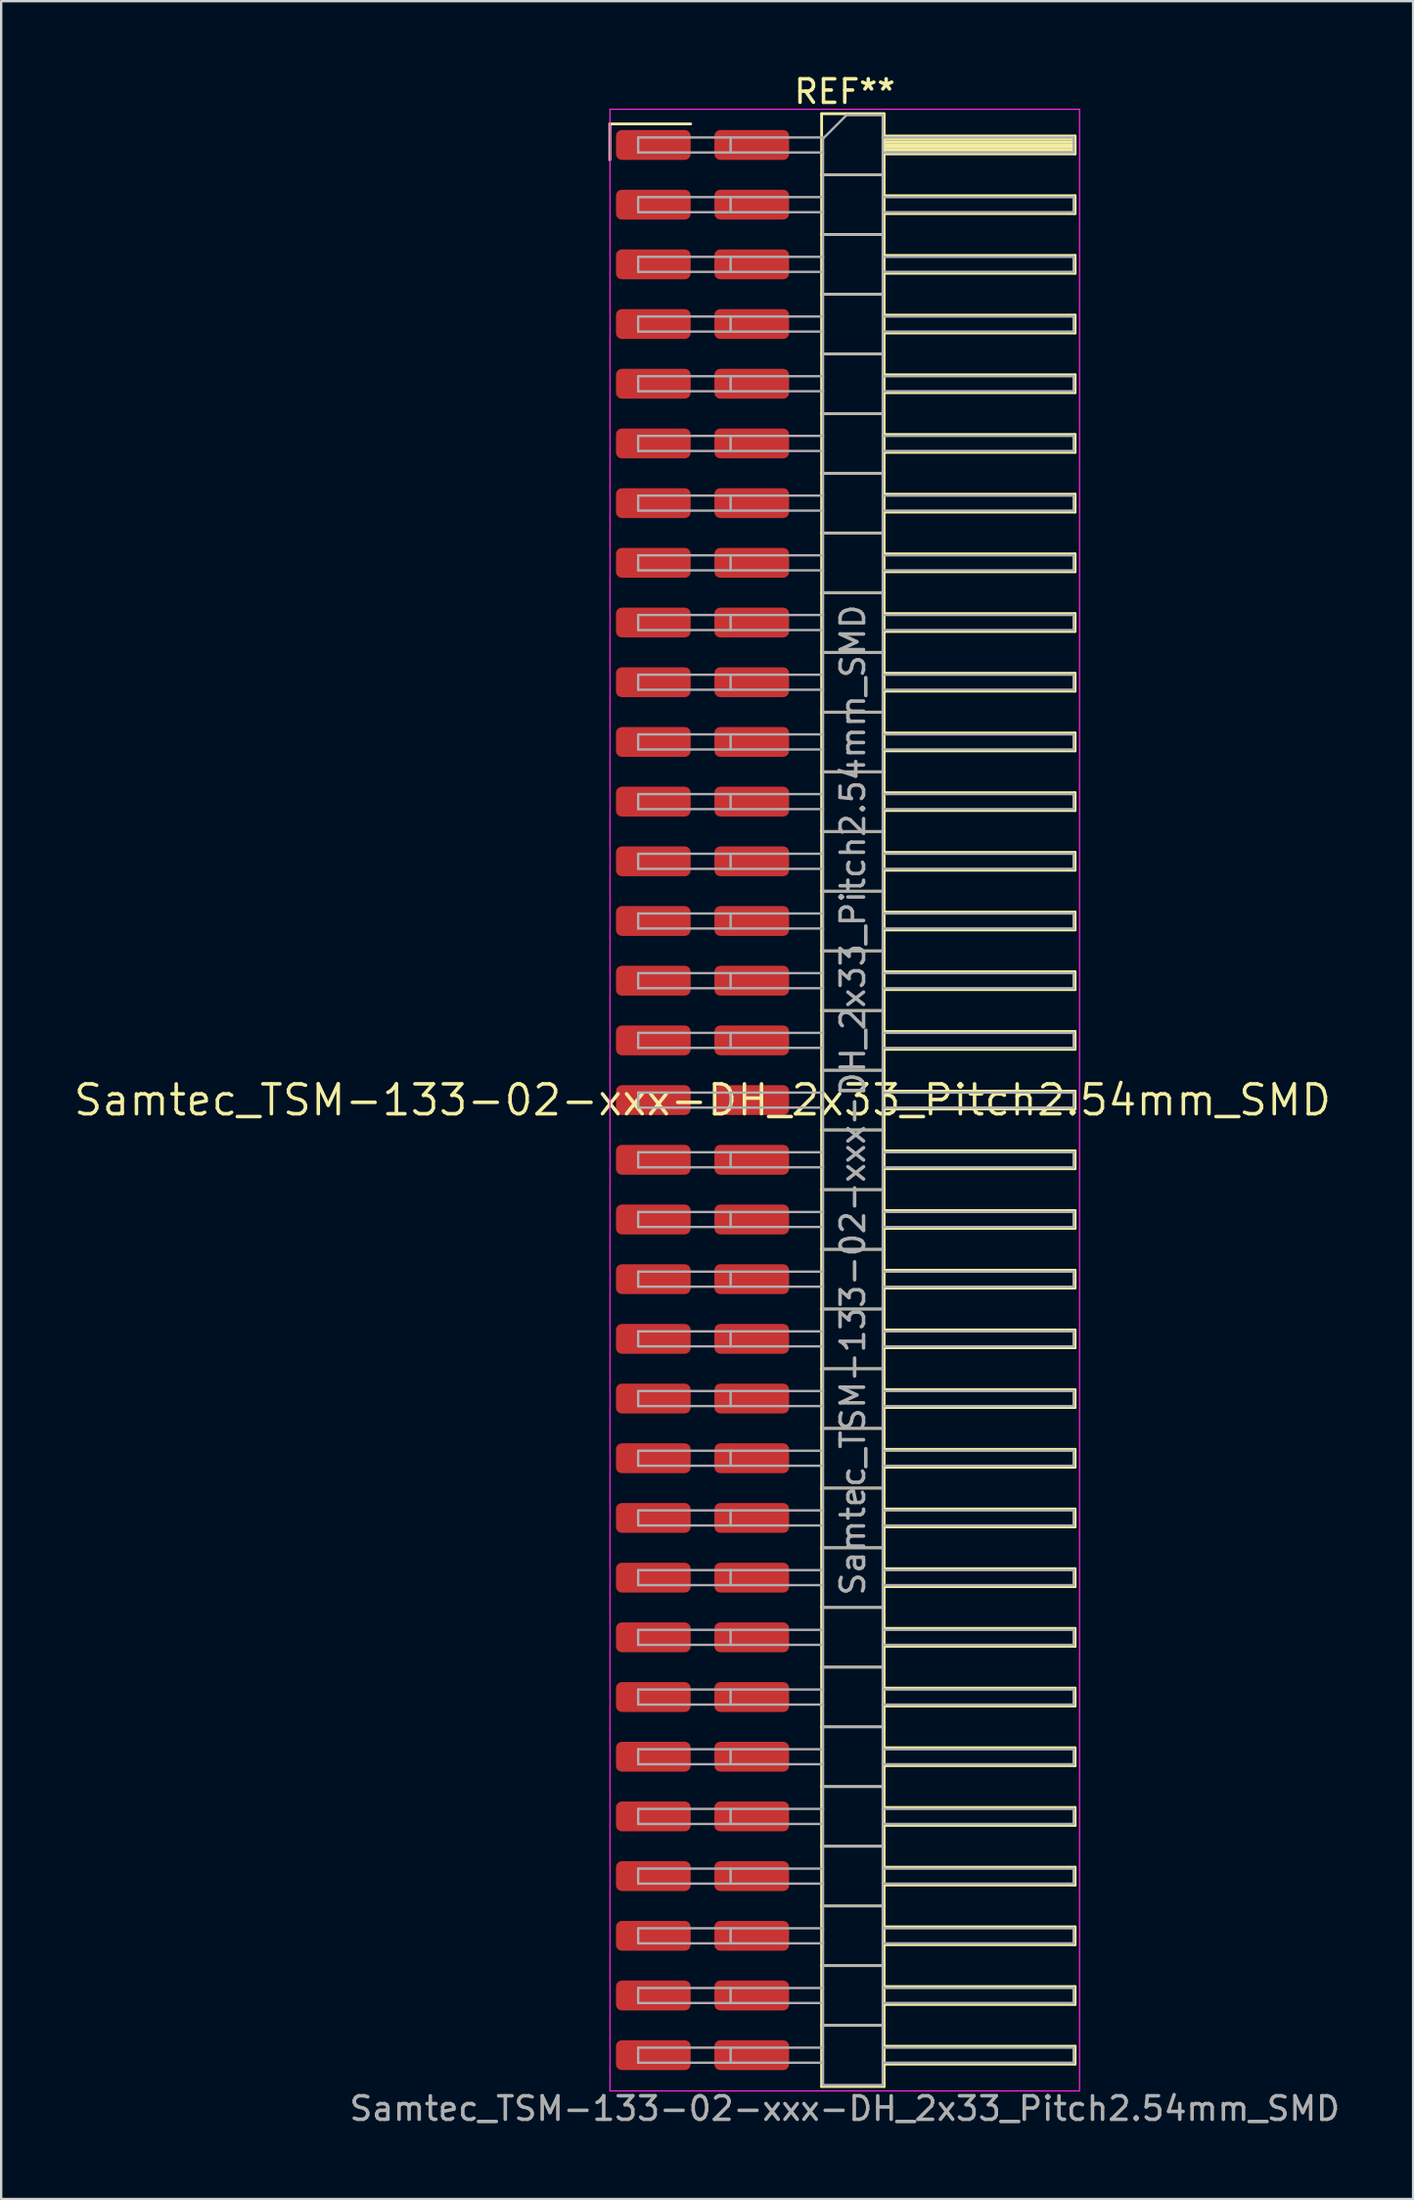
<source format=kicad_pcb>
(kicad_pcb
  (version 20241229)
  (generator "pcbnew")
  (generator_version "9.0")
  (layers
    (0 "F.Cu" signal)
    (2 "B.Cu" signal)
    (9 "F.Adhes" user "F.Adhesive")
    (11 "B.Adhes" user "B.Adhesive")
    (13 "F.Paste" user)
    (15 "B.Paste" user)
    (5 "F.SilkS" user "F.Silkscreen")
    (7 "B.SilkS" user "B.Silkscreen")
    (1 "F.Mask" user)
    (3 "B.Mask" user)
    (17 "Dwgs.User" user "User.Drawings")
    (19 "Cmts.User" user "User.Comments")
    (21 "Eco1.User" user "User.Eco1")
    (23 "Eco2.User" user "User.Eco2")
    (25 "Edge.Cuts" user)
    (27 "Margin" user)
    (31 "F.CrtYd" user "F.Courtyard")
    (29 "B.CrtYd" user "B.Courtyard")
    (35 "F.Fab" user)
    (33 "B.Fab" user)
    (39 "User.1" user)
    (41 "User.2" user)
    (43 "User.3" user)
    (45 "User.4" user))
  (footprint "Samtec_TSM-133-02-xxx-DH_2x33_Pitch2.54mm_SMD"
    (layer "F.Cu")
    (at 26.859 43.758)
    (property "Reference" "Samtec_TSM-133-02-xxx-DH_2x33_Pitch2.54mm_SMD" (at 0 0 0) (layer "F.SilkS") (effects (font (size 1.27 1.27) (thickness 0.15))))
    (attr smd)
    (fp_line (start -3.945 -41.535) (end -0.505 -41.535) (stroke (width 0.12) (type solid)) (layer "F.SilkS"))
    (fp_line (start -3.945 -40.005) (end -3.945 -41.535) (stroke (width 0.12) (type solid)) (layer "F.SilkS"))
    (fp_line (start 5.07 -41.97) (end 7.73 -41.97) (stroke (width 0.12) (type solid)) (layer "F.SilkS"))
    (fp_line (start 5.07 -39.37) (end 7.73 -39.37) (stroke (width 0.12) (type solid)) (layer "F.SilkS"))
    (fp_line (start 5.07 -36.83) (end 7.73 -36.83) (stroke (width 0.12) (type solid)) (layer "F.SilkS"))
    (fp_line (start 5.07 -34.29) (end 7.73 -34.29) (stroke (width 0.12) (type solid)) (layer "F.SilkS"))
    (fp_line (start 5.07 -31.75) (end 7.73 -31.75) (stroke (width 0.12) (type solid)) (layer "F.SilkS"))
    (fp_line (start 5.07 -29.21) (end 7.73 -29.21) (stroke (width 0.12) (type solid)) (layer "F.SilkS"))
    (fp_line (start 5.07 -26.67) (end 7.73 -26.67) (stroke (width 0.12) (type solid)) (layer "F.SilkS"))
    (fp_line (start 5.07 -24.13) (end 7.73 -24.13) (stroke (width 0.12) (type solid)) (layer "F.SilkS"))
    (fp_line (start 5.07 -21.59) (end 7.73 -21.59) (stroke (width 0.12) (type solid)) (layer "F.SilkS"))
    (fp_line (start 5.07 -19.05) (end 7.73 -19.05) (stroke (width 0.12) (type solid)) (layer "F.SilkS"))
    (fp_line (start 5.07 -16.51) (end 7.73 -16.51) (stroke (width 0.12) (type solid)) (layer "F.SilkS"))
    (fp_line (start 5.07 -13.97) (end 7.73 -13.97) (stroke (width 0.12) (type solid)) (layer "F.SilkS"))
    (fp_line (start 5.07 -11.43) (end 7.73 -11.43) (stroke (width 0.12) (type solid)) (layer "F.SilkS"))
    (fp_line (start 5.07 -8.89) (end 7.73 -8.89) (stroke (width 0.12) (type solid)) (layer "F.SilkS"))
    (fp_line (start 5.07 -6.35) (end 7.73 -6.35) (stroke (width 0.12) (type solid)) (layer "F.SilkS"))
    (fp_line (start 5.07 -3.81) (end 7.73 -3.81) (stroke (width 0.12) (type solid)) (layer "F.SilkS"))
    (fp_line (start 5.07 -1.27) (end 7.73 -1.27) (stroke (width 0.12) (type solid)) (layer "F.SilkS"))
    (fp_line (start 5.07 1.27) (end 7.73 1.27) (stroke (width 0.12) (type solid)) (layer "F.SilkS"))
    (fp_line (start 5.07 3.81) (end 7.73 3.81) (stroke (width 0.12) (type solid)) (layer "F.SilkS"))
    (fp_line (start 5.07 6.35) (end 7.73 6.35) (stroke (width 0.12) (type solid)) (layer "F.SilkS"))
    (fp_line (start 5.07 8.89) (end 7.73 8.89) (stroke (width 0.12) (type solid)) (layer "F.SilkS"))
    (fp_line (start 5.07 11.43) (end 7.73 11.43) (stroke (width 0.12) (type solid)) (layer "F.SilkS"))
    (fp_line (start 5.07 13.97) (end 7.73 13.97) (stroke (width 0.12) (type solid)) (layer "F.SilkS"))
    (fp_line (start 5.07 16.51) (end 7.73 16.51) (stroke (width 0.12) (type solid)) (layer "F.SilkS"))
    (fp_line (start 5.07 19.05) (end 7.73 19.05) (stroke (width 0.12) (type solid)) (layer "F.SilkS"))
    (fp_line (start 5.07 21.59) (end 7.73 21.59) (stroke (width 0.12) (type solid)) (layer "F.SilkS"))
    (fp_line (start 5.07 24.13) (end 7.73 24.13) (stroke (width 0.12) (type solid)) (layer "F.SilkS"))
    (fp_line (start 5.07 26.67) (end 7.73 26.67) (stroke (width 0.12) (type solid)) (layer "F.SilkS"))
    (fp_line (start 5.07 29.21) (end 7.73 29.21) (stroke (width 0.12) (type solid)) (layer "F.SilkS"))
    (fp_line (start 5.07 31.75) (end 7.73 31.75) (stroke (width 0.12) (type solid)) (layer "F.SilkS"))
    (fp_line (start 5.07 34.29) (end 7.73 34.29) (stroke (width 0.12) (type solid)) (layer "F.SilkS"))
    (fp_line (start 5.07 36.83) (end 7.73 36.83) (stroke (width 0.12) (type solid)) (layer "F.SilkS"))
    (fp_line (start 5.07 39.37) (end 7.73 39.37) (stroke (width 0.12) (type solid)) (layer "F.SilkS"))
    (fp_line (start 5.07 41.97) (end 5.07 -41.97) (stroke (width 0.12) (type solid)) (layer "F.SilkS"))
    (fp_line (start 7.73 -41.97) (end 7.73 41.97) (stroke (width 0.12) (type solid)) (layer "F.SilkS"))
    (fp_line (start 7.73 -41.02) (end 15.86 -41.02) (stroke (width 0.12) (type solid)) (layer "F.SilkS"))
    (fp_line (start 7.73 -40.9) (end 15.86 -40.9) (stroke (width 0.12) (type solid)) (layer "F.SilkS"))
    (fp_line (start 7.73 -40.78) (end 15.86 -40.78) (stroke (width 0.12) (type solid)) (layer "F.SilkS"))
    (fp_line (start 7.73 -40.66) (end 15.86 -40.66) (stroke (width 0.12) (type solid)) (layer "F.SilkS"))
    (fp_line (start 7.73 -40.54) (end 15.86 -40.54) (stroke (width 0.12) (type solid)) (layer "F.SilkS"))
    (fp_line (start 7.73 -40.42) (end 15.86 -40.42) (stroke (width 0.12) (type solid)) (layer "F.SilkS"))
    (fp_line (start 7.73 -40.3) (end 15.86 -40.3) (stroke (width 0.12) (type solid)) (layer "F.SilkS"))
    (fp_line (start 7.73 -40.26) (end 15.86 -40.26) (stroke (width 0.12) (type solid)) (layer "F.SilkS"))
    (fp_line (start 7.73 -38.48) (end 15.86 -38.48) (stroke (width 0.12) (type solid)) (layer "F.SilkS"))
    (fp_line (start 7.73 -37.72) (end 15.86 -37.72) (stroke (width 0.12) (type solid)) (layer "F.SilkS"))
    (fp_line (start 7.73 -35.94) (end 15.86 -35.94) (stroke (width 0.12) (type solid)) (layer "F.SilkS"))
    (fp_line (start 7.73 -35.18) (end 15.86 -35.18) (stroke (width 0.12) (type solid)) (layer "F.SilkS"))
    (fp_line (start 7.73 -33.4) (end 15.86 -33.4) (stroke (width 0.12) (type solid)) (layer "F.SilkS"))
    (fp_line (start 7.73 -32.64) (end 15.86 -32.64) (stroke (width 0.12) (type solid)) (layer "F.SilkS"))
    (fp_line (start 7.73 -30.86) (end 15.86 -30.86) (stroke (width 0.12) (type solid)) (layer "F.SilkS"))
    (fp_line (start 7.73 -30.1) (end 15.86 -30.1) (stroke (width 0.12) (type solid)) (layer "F.SilkS"))
    (fp_line (start 7.73 -28.32) (end 15.86 -28.32) (stroke (width 0.12) (type solid)) (layer "F.SilkS"))
    (fp_line (start 7.73 -27.56) (end 15.86 -27.56) (stroke (width 0.12) (type solid)) (layer "F.SilkS"))
    (fp_line (start 7.73 -25.78) (end 15.86 -25.78) (stroke (width 0.12) (type solid)) (layer "F.SilkS"))
    (fp_line (start 7.73 -25.02) (end 15.86 -25.02) (stroke (width 0.12) (type solid)) (layer "F.SilkS"))
    (fp_line (start 7.73 -23.24) (end 15.86 -23.24) (stroke (width 0.12) (type solid)) (layer "F.SilkS"))
    (fp_line (start 7.73 -22.48) (end 15.86 -22.48) (stroke (width 0.12) (type solid)) (layer "F.SilkS"))
    (fp_line (start 7.73 -20.7) (end 15.86 -20.7) (stroke (width 0.12) (type solid)) (layer "F.SilkS"))
    (fp_line (start 7.73 -19.94) (end 15.86 -19.94) (stroke (width 0.12) (type solid)) (layer "F.SilkS"))
    (fp_line (start 7.73 -18.16) (end 15.86 -18.16) (stroke (width 0.12) (type solid)) (layer "F.SilkS"))
    (fp_line (start 7.73 -17.4) (end 15.86 -17.4) (stroke (width 0.12) (type solid)) (layer "F.SilkS"))
    (fp_line (start 7.73 -15.62) (end 15.86 -15.62) (stroke (width 0.12) (type solid)) (layer "F.SilkS"))
    (fp_line (start 7.73 -14.86) (end 15.86 -14.86) (stroke (width 0.12) (type solid)) (layer "F.SilkS"))
    (fp_line (start 7.73 -13.08) (end 15.86 -13.08) (stroke (width 0.12) (type solid)) (layer "F.SilkS"))
    (fp_line (start 7.73 -12.32) (end 15.86 -12.32) (stroke (width 0.12) (type solid)) (layer "F.SilkS"))
    (fp_line (start 7.73 -10.54) (end 15.86 -10.54) (stroke (width 0.12) (type solid)) (layer "F.SilkS"))
    (fp_line (start 7.73 -9.78) (end 15.86 -9.78) (stroke (width 0.12) (type solid)) (layer "F.SilkS"))
    (fp_line (start 7.73 -8) (end 15.86 -8) (stroke (width 0.12) (type solid)) (layer "F.SilkS"))
    (fp_line (start 7.73 -7.24) (end 15.86 -7.24) (stroke (width 0.12) (type solid)) (layer "F.SilkS"))
    (fp_line (start 7.73 -5.46) (end 15.86 -5.46) (stroke (width 0.12) (type solid)) (layer "F.SilkS"))
    (fp_line (start 7.73 -4.7) (end 15.86 -4.7) (stroke (width 0.12) (type solid)) (layer "F.SilkS"))
    (fp_line (start 7.73 -2.92) (end 15.86 -2.92) (stroke (width 0.12) (type solid)) (layer "F.SilkS"))
    (fp_line (start 7.73 -2.16) (end 15.86 -2.16) (stroke (width 0.12) (type solid)) (layer "F.SilkS"))
    (fp_line (start 7.73 -0.38) (end 15.86 -0.38) (stroke (width 0.12) (type solid)) (layer "F.SilkS"))
    (fp_line (start 7.73 0.38) (end 15.86 0.38) (stroke (width 0.12) (type solid)) (layer "F.SilkS"))
    (fp_line (start 7.73 2.16) (end 15.86 2.16) (stroke (width 0.12) (type solid)) (layer "F.SilkS"))
    (fp_line (start 7.73 2.92) (end 15.86 2.92) (stroke (width 0.12) (type solid)) (layer "F.SilkS"))
    (fp_line (start 7.73 4.7) (end 15.86 4.7) (stroke (width 0.12) (type solid)) (layer "F.SilkS"))
    (fp_line (start 7.73 5.46) (end 15.86 5.46) (stroke (width 0.12) (type solid)) (layer "F.SilkS"))
    (fp_line (start 7.73 7.24) (end 15.86 7.24) (stroke (width 0.12) (type solid)) (layer "F.SilkS"))
    (fp_line (start 7.73 8) (end 15.86 8) (stroke (width 0.12) (type solid)) (layer "F.SilkS"))
    (fp_line (start 7.73 9.78) (end 15.86 9.78) (stroke (width 0.12) (type solid)) (layer "F.SilkS"))
    (fp_line (start 7.73 10.54) (end 15.86 10.54) (stroke (width 0.12) (type solid)) (layer "F.SilkS"))
    (fp_line (start 7.73 12.32) (end 15.86 12.32) (stroke (width 0.12) (type solid)) (layer "F.SilkS"))
    (fp_line (start 7.73 13.08) (end 15.86 13.08) (stroke (width 0.12) (type solid)) (layer "F.SilkS"))
    (fp_line (start 7.73 14.86) (end 15.86 14.86) (stroke (width 0.12) (type solid)) (layer "F.SilkS"))
    (fp_line (start 7.73 15.62) (end 15.86 15.62) (stroke (width 0.12) (type solid)) (layer "F.SilkS"))
    (fp_line (start 7.73 17.4) (end 15.86 17.4) (stroke (width 0.12) (type solid)) (layer "F.SilkS"))
    (fp_line (start 7.73 18.16) (end 15.86 18.16) (stroke (width 0.12) (type solid)) (layer "F.SilkS"))
    (fp_line (start 7.73 19.94) (end 15.86 19.94) (stroke (width 0.12) (type solid)) (layer "F.SilkS"))
    (fp_line (start 7.73 20.7) (end 15.86 20.7) (stroke (width 0.12) (type solid)) (layer "F.SilkS"))
    (fp_line (start 7.73 22.48) (end 15.86 22.48) (stroke (width 0.12) (type solid)) (layer "F.SilkS"))
    (fp_line (start 7.73 23.24) (end 15.86 23.24) (stroke (width 0.12) (type solid)) (layer "F.SilkS"))
    (fp_line (start 7.73 25.02) (end 15.86 25.02) (stroke (width 0.12) (type solid)) (layer "F.SilkS"))
    (fp_line (start 7.73 25.78) (end 15.86 25.78) (stroke (width 0.12) (type solid)) (layer "F.SilkS"))
    (fp_line (start 7.73 27.56) (end 15.86 27.56) (stroke (width 0.12) (type solid)) (layer "F.SilkS"))
    (fp_line (start 7.73 28.32) (end 15.86 28.32) (stroke (width 0.12) (type solid)) (layer "F.SilkS"))
    (fp_line (start 7.73 30.1) (end 15.86 30.1) (stroke (width 0.12) (type solid)) (layer "F.SilkS"))
    (fp_line (start 7.73 30.86) (end 15.86 30.86) (stroke (width 0.12) (type solid)) (layer "F.SilkS"))
    (fp_line (start 7.73 32.64) (end 15.86 32.64) (stroke (width 0.12) (type solid)) (layer "F.SilkS"))
    (fp_line (start 7.73 33.4) (end 15.86 33.4) (stroke (width 0.12) (type solid)) (layer "F.SilkS"))
    (fp_line (start 7.73 35.18) (end 15.86 35.18) (stroke (width 0.12) (type solid)) (layer "F.SilkS"))
    (fp_line (start 7.73 35.94) (end 15.86 35.94) (stroke (width 0.12) (type solid)) (layer "F.SilkS"))
    (fp_line (start 7.73 37.72) (end 15.86 37.72) (stroke (width 0.12) (type solid)) (layer "F.SilkS"))
    (fp_line (start 7.73 38.48) (end 15.86 38.48) (stroke (width 0.12) (type solid)) (layer "F.SilkS"))
    (fp_line (start 7.73 40.26) (end 15.86 40.26) (stroke (width 0.12) (type solid)) (layer "F.SilkS"))
    (fp_line (start 7.73 41.02) (end 15.86 41.02) (stroke (width 0.12) (type solid)) (layer "F.SilkS"))
    (fp_line (start 7.73 41.97) (end 5.07 41.97) (stroke (width 0.12) (type solid)) (layer "F.SilkS"))
    (fp_line (start 15.86 -41.02) (end 15.86 -40.26) (stroke (width 0.12) (type solid)) (layer "F.SilkS"))
    (fp_line (start 15.86 -38.48) (end 15.86 -37.72) (stroke (width 0.12) (type solid)) (layer "F.SilkS"))
    (fp_line (start 15.86 -35.94) (end 15.86 -35.18) (stroke (width 0.12) (type solid)) (layer "F.SilkS"))
    (fp_line (start 15.86 -33.4) (end 15.86 -32.64) (stroke (width 0.12) (type solid)) (layer "F.SilkS"))
    (fp_line (start 15.86 -30.86) (end 15.86 -30.1) (stroke (width 0.12) (type solid)) (layer "F.SilkS"))
    (fp_line (start 15.86 -28.32) (end 15.86 -27.56) (stroke (width 0.12) (type solid)) (layer "F.SilkS"))
    (fp_line (start 15.86 -25.78) (end 15.86 -25.02) (stroke (width 0.12) (type solid)) (layer "F.SilkS"))
    (fp_line (start 15.86 -23.24) (end 15.86 -22.48) (stroke (width 0.12) (type solid)) (layer "F.SilkS"))
    (fp_line (start 15.86 -20.7) (end 15.86 -19.94) (stroke (width 0.12) (type solid)) (layer "F.SilkS"))
    (fp_line (start 15.86 -18.16) (end 15.86 -17.4) (stroke (width 0.12) (type solid)) (layer "F.SilkS"))
    (fp_line (start 15.86 -15.62) (end 15.86 -14.86) (stroke (width 0.12) (type solid)) (layer "F.SilkS"))
    (fp_line (start 15.86 -13.08) (end 15.86 -12.32) (stroke (width 0.12) (type solid)) (layer "F.SilkS"))
    (fp_line (start 15.86 -10.54) (end 15.86 -9.78) (stroke (width 0.12) (type solid)) (layer "F.SilkS"))
    (fp_line (start 15.86 -8) (end 15.86 -7.24) (stroke (width 0.12) (type solid)) (layer "F.SilkS"))
    (fp_line (start 15.86 -5.46) (end 15.86 -4.7) (stroke (width 0.12) (type solid)) (layer "F.SilkS"))
    (fp_line (start 15.86 -2.92) (end 15.86 -2.16) (stroke (width 0.12) (type solid)) (layer "F.SilkS"))
    (fp_line (start 15.86 -0.38) (end 15.86 0.38) (stroke (width 0.12) (type solid)) (layer "F.SilkS"))
    (fp_line (start 15.86 2.16) (end 15.86 2.92) (stroke (width 0.12) (type solid)) (layer "F.SilkS"))
    (fp_line (start 15.86 4.7) (end 15.86 5.46) (stroke (width 0.12) (type solid)) (layer "F.SilkS"))
    (fp_line (start 15.86 7.24) (end 15.86 8) (stroke (width 0.12) (type solid)) (layer "F.SilkS"))
    (fp_line (start 15.86 9.78) (end 15.86 10.54) (stroke (width 0.12) (type solid)) (layer "F.SilkS"))
    (fp_line (start 15.86 12.32) (end 15.86 13.08) (stroke (width 0.12) (type solid)) (layer "F.SilkS"))
    (fp_line (start 15.86 14.86) (end 15.86 15.62) (stroke (width 0.12) (type solid)) (layer "F.SilkS"))
    (fp_line (start 15.86 17.4) (end 15.86 18.16) (stroke (width 0.12) (type solid)) (layer "F.SilkS"))
    (fp_line (start 15.86 19.94) (end 15.86 20.7) (stroke (width 0.12) (type solid)) (layer "F.SilkS"))
    (fp_line (start 15.86 22.48) (end 15.86 23.24) (stroke (width 0.12) (type solid)) (layer "F.SilkS"))
    (fp_line (start 15.86 25.02) (end 15.86 25.78) (stroke (width 0.12) (type solid)) (layer "F.SilkS"))
    (fp_line (start 15.86 27.56) (end 15.86 28.32) (stroke (width 0.12) (type solid)) (layer "F.SilkS"))
    (fp_line (start 15.86 30.1) (end 15.86 30.86) (stroke (width 0.12) (type solid)) (layer "F.SilkS"))
    (fp_line (start 15.86 32.64) (end 15.86 33.4) (stroke (width 0.12) (type solid)) (layer "F.SilkS"))
    (fp_line (start 15.86 35.18) (end 15.86 35.94) (stroke (width 0.12) (type solid)) (layer "F.SilkS"))
    (fp_line (start 15.86 37.72) (end 15.86 38.48) (stroke (width 0.12) (type solid)) (layer "F.SilkS"))
    (fp_line (start 15.86 40.26) (end 15.86 41.02) (stroke (width 0.12) (type solid)) (layer "F.SilkS"))
    (fp_line (start -3.94 -42.16) (end 16.05 -42.16) (stroke (width 0.05) (type solid)) (layer "F.CrtYd"))
    (fp_line (start -3.94 42.16) (end -3.94 -42.16) (stroke (width 0.05) (type solid)) (layer "F.CrtYd"))
    (fp_line (start 16.05 -42.16) (end 16.05 42.16) (stroke (width 0.05) (type solid)) (layer "F.CrtYd"))
    (fp_line (start 16.05 42.16) (end -3.94 42.16) (stroke (width 0.05) (type solid)) (layer "F.CrtYd"))
    (fp_line (start -2.74 -40.96) (end -2.74 -40.32) (stroke (width 0.1) (type solid)) (layer "F.Fab"))
    (fp_line (start -2.74 -40.96) (end 5.13 -40.96) (stroke (width 0.1) (type solid)) (layer "F.Fab"))
    (fp_line (start -2.74 -40.32) (end 5.13 -40.32) (stroke (width 0.1) (type solid)) (layer "F.Fab"))
    (fp_line (start -2.74 -38.42) (end -2.74 -37.78) (stroke (width 0.1) (type solid)) (layer "F.Fab"))
    (fp_line (start -2.74 -38.42) (end 5.13 -38.42) (stroke (width 0.1) (type solid)) (layer "F.Fab"))
    (fp_line (start -2.74 -37.78) (end 5.13 -37.78) (stroke (width 0.1) (type solid)) (layer "F.Fab"))
    (fp_line (start -2.74 -35.88) (end -2.74 -35.24) (stroke (width 0.1) (type solid)) (layer "F.Fab"))
    (fp_line (start -2.74 -35.88) (end 5.13 -35.88) (stroke (width 0.1) (type solid)) (layer "F.Fab"))
    (fp_line (start -2.74 -35.24) (end 5.13 -35.24) (stroke (width 0.1) (type solid)) (layer "F.Fab"))
    (fp_line (start -2.74 -33.34) (end -2.74 -32.7) (stroke (width 0.1) (type solid)) (layer "F.Fab"))
    (fp_line (start -2.74 -33.34) (end 5.13 -33.34) (stroke (width 0.1) (type solid)) (layer "F.Fab"))
    (fp_line (start -2.74 -32.7) (end 5.13 -32.7) (stroke (width 0.1) (type solid)) (layer "F.Fab"))
    (fp_line (start -2.74 -30.8) (end -2.74 -30.16) (stroke (width 0.1) (type solid)) (layer "F.Fab"))
    (fp_line (start -2.74 -30.8) (end 5.13 -30.8) (stroke (width 0.1) (type solid)) (layer "F.Fab"))
    (fp_line (start -2.74 -30.16) (end 5.13 -30.16) (stroke (width 0.1) (type solid)) (layer "F.Fab"))
    (fp_line (start -2.74 -28.26) (end -2.74 -27.62) (stroke (width 0.1) (type solid)) (layer "F.Fab"))
    (fp_line (start -2.74 -28.26) (end 5.13 -28.26) (stroke (width 0.1) (type solid)) (layer "F.Fab"))
    (fp_line (start -2.74 -27.62) (end 5.13 -27.62) (stroke (width 0.1) (type solid)) (layer "F.Fab"))
    (fp_line (start -2.74 -25.72) (end -2.74 -25.08) (stroke (width 0.1) (type solid)) (layer "F.Fab"))
    (fp_line (start -2.74 -25.72) (end 5.13 -25.72) (stroke (width 0.1) (type solid)) (layer "F.Fab"))
    (fp_line (start -2.74 -25.08) (end 5.13 -25.08) (stroke (width 0.1) (type solid)) (layer "F.Fab"))
    (fp_line (start -2.74 -23.18) (end -2.74 -22.54) (stroke (width 0.1) (type solid)) (layer "F.Fab"))
    (fp_line (start -2.74 -23.18) (end 5.13 -23.18) (stroke (width 0.1) (type solid)) (layer "F.Fab"))
    (fp_line (start -2.74 -22.54) (end 5.13 -22.54) (stroke (width 0.1) (type solid)) (layer "F.Fab"))
    (fp_line (start -2.74 -20.64) (end -2.74 -20) (stroke (width 0.1) (type solid)) (layer "F.Fab"))
    (fp_line (start -2.74 -20.64) (end 5.13 -20.64) (stroke (width 0.1) (type solid)) (layer "F.Fab"))
    (fp_line (start -2.74 -20) (end 5.13 -20) (stroke (width 0.1) (type solid)) (layer "F.Fab"))
    (fp_line (start -2.74 -18.1) (end -2.74 -17.46) (stroke (width 0.1) (type solid)) (layer "F.Fab"))
    (fp_line (start -2.74 -18.1) (end 5.13 -18.1) (stroke (width 0.1) (type solid)) (layer "F.Fab"))
    (fp_line (start -2.74 -17.46) (end 5.13 -17.46) (stroke (width 0.1) (type solid)) (layer "F.Fab"))
    (fp_line (start -2.74 -15.56) (end -2.74 -14.92) (stroke (width 0.1) (type solid)) (layer "F.Fab"))
    (fp_line (start -2.74 -15.56) (end 5.13 -15.56) (stroke (width 0.1) (type solid)) (layer "F.Fab"))
    (fp_line (start -2.74 -14.92) (end 5.13 -14.92) (stroke (width 0.1) (type solid)) (layer "F.Fab"))
    (fp_line (start -2.74 -13.02) (end -2.74 -12.38) (stroke (width 0.1) (type solid)) (layer "F.Fab"))
    (fp_line (start -2.74 -13.02) (end 5.13 -13.02) (stroke (width 0.1) (type solid)) (layer "F.Fab"))
    (fp_line (start -2.74 -12.38) (end 5.13 -12.38) (stroke (width 0.1) (type solid)) (layer "F.Fab"))
    (fp_line (start -2.74 -10.48) (end -2.74 -9.84) (stroke (width 0.1) (type solid)) (layer "F.Fab"))
    (fp_line (start -2.74 -10.48) (end 5.13 -10.48) (stroke (width 0.1) (type solid)) (layer "F.Fab"))
    (fp_line (start -2.74 -9.84) (end 5.13 -9.84) (stroke (width 0.1) (type solid)) (layer "F.Fab"))
    (fp_line (start -2.74 -7.94) (end -2.74 -7.3) (stroke (width 0.1) (type solid)) (layer "F.Fab"))
    (fp_line (start -2.74 -7.94) (end 5.13 -7.94) (stroke (width 0.1) (type solid)) (layer "F.Fab"))
    (fp_line (start -2.74 -7.3) (end 5.13 -7.3) (stroke (width 0.1) (type solid)) (layer "F.Fab"))
    (fp_line (start -2.74 -5.4) (end -2.74 -4.76) (stroke (width 0.1) (type solid)) (layer "F.Fab"))
    (fp_line (start -2.74 -5.4) (end 5.13 -5.4) (stroke (width 0.1) (type solid)) (layer "F.Fab"))
    (fp_line (start -2.74 -4.76) (end 5.13 -4.76) (stroke (width 0.1) (type solid)) (layer "F.Fab"))
    (fp_line (start -2.74 -2.86) (end -2.74 -2.22) (stroke (width 0.1) (type solid)) (layer "F.Fab"))
    (fp_line (start -2.74 -2.86) (end 5.13 -2.86) (stroke (width 0.1) (type solid)) (layer "F.Fab"))
    (fp_line (start -2.74 -2.22) (end 5.13 -2.22) (stroke (width 0.1) (type solid)) (layer "F.Fab"))
    (fp_line (start -2.74 -0.32) (end -2.74 0.32) (stroke (width 0.1) (type solid)) (layer "F.Fab"))
    (fp_line (start -2.74 -0.32) (end 5.13 -0.32) (stroke (width 0.1) (type solid)) (layer "F.Fab"))
    (fp_line (start -2.74 0.32) (end 5.13 0.32) (stroke (width 0.1) (type solid)) (layer "F.Fab"))
    (fp_line (start -2.74 2.22) (end -2.74 2.86) (stroke (width 0.1) (type solid)) (layer "F.Fab"))
    (fp_line (start -2.74 2.22) (end 5.13 2.22) (stroke (width 0.1) (type solid)) (layer "F.Fab"))
    (fp_line (start -2.74 2.86) (end 5.13 2.86) (stroke (width 0.1) (type solid)) (layer "F.Fab"))
    (fp_line (start -2.74 4.76) (end -2.74 5.4) (stroke (width 0.1) (type solid)) (layer "F.Fab"))
    (fp_line (start -2.74 4.76) (end 5.13 4.76) (stroke (width 0.1) (type solid)) (layer "F.Fab"))
    (fp_line (start -2.74 5.4) (end 5.13 5.4) (stroke (width 0.1) (type solid)) (layer "F.Fab"))
    (fp_line (start -2.74 7.3) (end -2.74 7.94) (stroke (width 0.1) (type solid)) (layer "F.Fab"))
    (fp_line (start -2.74 7.3) (end 5.13 7.3) (stroke (width 0.1) (type solid)) (layer "F.Fab"))
    (fp_line (start -2.74 7.94) (end 5.13 7.94) (stroke (width 0.1) (type solid)) (layer "F.Fab"))
    (fp_line (start -2.74 9.84) (end -2.74 10.48) (stroke (width 0.1) (type solid)) (layer "F.Fab"))
    (fp_line (start -2.74 9.84) (end 5.13 9.84) (stroke (width 0.1) (type solid)) (layer "F.Fab"))
    (fp_line (start -2.74 10.48) (end 5.13 10.48) (stroke (width 0.1) (type solid)) (layer "F.Fab"))
    (fp_line (start -2.74 12.38) (end -2.74 13.02) (stroke (width 0.1) (type solid)) (layer "F.Fab"))
    (fp_line (start -2.74 12.38) (end 5.13 12.38) (stroke (width 0.1) (type solid)) (layer "F.Fab"))
    (fp_line (start -2.74 13.02) (end 5.13 13.02) (stroke (width 0.1) (type solid)) (layer "F.Fab"))
    (fp_line (start -2.74 14.92) (end -2.74 15.56) (stroke (width 0.1) (type solid)) (layer "F.Fab"))
    (fp_line (start -2.74 14.92) (end 5.13 14.92) (stroke (width 0.1) (type solid)) (layer "F.Fab"))
    (fp_line (start -2.74 15.56) (end 5.13 15.56) (stroke (width 0.1) (type solid)) (layer "F.Fab"))
    (fp_line (start -2.74 17.46) (end -2.74 18.1) (stroke (width 0.1) (type solid)) (layer "F.Fab"))
    (fp_line (start -2.74 17.46) (end 5.13 17.46) (stroke (width 0.1) (type solid)) (layer "F.Fab"))
    (fp_line (start -2.74 18.1) (end 5.13 18.1) (stroke (width 0.1) (type solid)) (layer "F.Fab"))
    (fp_line (start -2.74 20) (end -2.74 20.64) (stroke (width 0.1) (type solid)) (layer "F.Fab"))
    (fp_line (start -2.74 20) (end 5.13 20) (stroke (width 0.1) (type solid)) (layer "F.Fab"))
    (fp_line (start -2.74 20.64) (end 5.13 20.64) (stroke (width 0.1) (type solid)) (layer "F.Fab"))
    (fp_line (start -2.74 22.54) (end -2.74 23.18) (stroke (width 0.1) (type solid)) (layer "F.Fab"))
    (fp_line (start -2.74 22.54) (end 5.13 22.54) (stroke (width 0.1) (type solid)) (layer "F.Fab"))
    (fp_line (start -2.74 23.18) (end 5.13 23.18) (stroke (width 0.1) (type solid)) (layer "F.Fab"))
    (fp_line (start -2.74 25.08) (end -2.74 25.72) (stroke (width 0.1) (type solid)) (layer "F.Fab"))
    (fp_line (start -2.74 25.08) (end 5.13 25.08) (stroke (width 0.1) (type solid)) (layer "F.Fab"))
    (fp_line (start -2.74 25.72) (end 5.13 25.72) (stroke (width 0.1) (type solid)) (layer "F.Fab"))
    (fp_line (start -2.74 27.62) (end -2.74 28.26) (stroke (width 0.1) (type solid)) (layer "F.Fab"))
    (fp_line (start -2.74 27.62) (end 5.13 27.62) (stroke (width 0.1) (type solid)) (layer "F.Fab"))
    (fp_line (start -2.74 28.26) (end 5.13 28.26) (stroke (width 0.1) (type solid)) (layer "F.Fab"))
    (fp_line (start -2.74 30.16) (end -2.74 30.8) (stroke (width 0.1) (type solid)) (layer "F.Fab"))
    (fp_line (start -2.74 30.16) (end 5.13 30.16) (stroke (width 0.1) (type solid)) (layer "F.Fab"))
    (fp_line (start -2.74 30.8) (end 5.13 30.8) (stroke (width 0.1) (type solid)) (layer "F.Fab"))
    (fp_line (start -2.74 32.7) (end -2.74 33.34) (stroke (width 0.1) (type solid)) (layer "F.Fab"))
    (fp_line (start -2.74 32.7) (end 5.13 32.7) (stroke (width 0.1) (type solid)) (layer "F.Fab"))
    (fp_line (start -2.74 33.34) (end 5.13 33.34) (stroke (width 0.1) (type solid)) (layer "F.Fab"))
    (fp_line (start -2.74 35.24) (end -2.74 35.88) (stroke (width 0.1) (type solid)) (layer "F.Fab"))
    (fp_line (start -2.74 35.24) (end 5.13 35.24) (stroke (width 0.1) (type solid)) (layer "F.Fab"))
    (fp_line (start -2.74 35.88) (end 5.13 35.88) (stroke (width 0.1) (type solid)) (layer "F.Fab"))
    (fp_line (start -2.74 37.78) (end -2.74 38.42) (stroke (width 0.1) (type solid)) (layer "F.Fab"))
    (fp_line (start -2.74 37.78) (end 5.13 37.78) (stroke (width 0.1) (type solid)) (layer "F.Fab"))
    (fp_line (start -2.74 38.42) (end 5.13 38.42) (stroke (width 0.1) (type solid)) (layer "F.Fab"))
    (fp_line (start -2.74 40.32) (end -2.74 40.96) (stroke (width 0.1) (type solid)) (layer "F.Fab"))
    (fp_line (start -2.74 40.32) (end 5.13 40.32) (stroke (width 0.1) (type solid)) (layer "F.Fab"))
    (fp_line (start -2.74 40.96) (end 5.13 40.96) (stroke (width 0.1) (type solid)) (layer "F.Fab"))
    (fp_line (start 1.195 -40.96) (end 1.195 -40.32) (stroke (width 0.1) (type solid)) (layer "F.Fab"))
    (fp_line (start 1.195 -38.42) (end 1.195 -37.78) (stroke (width 0.1) (type solid)) (layer "F.Fab"))
    (fp_line (start 1.195 -35.88) (end 1.195 -35.24) (stroke (width 0.1) (type solid)) (layer "F.Fab"))
    (fp_line (start 1.195 -33.34) (end 1.195 -32.7) (stroke (width 0.1) (type solid)) (layer "F.Fab"))
    (fp_line (start 1.195 -30.8) (end 1.195 -30.16) (stroke (width 0.1) (type solid)) (layer "F.Fab"))
    (fp_line (start 1.195 -28.26) (end 1.195 -27.62) (stroke (width 0.1) (type solid)) (layer "F.Fab"))
    (fp_line (start 1.195 -25.72) (end 1.195 -25.08) (stroke (width 0.1) (type solid)) (layer "F.Fab"))
    (fp_line (start 1.195 -23.18) (end 1.195 -22.54) (stroke (width 0.1) (type solid)) (layer "F.Fab"))
    (fp_line (start 1.195 -20.64) (end 1.195 -20) (stroke (width 0.1) (type solid)) (layer "F.Fab"))
    (fp_line (start 1.195 -18.1) (end 1.195 -17.46) (stroke (width 0.1) (type solid)) (layer "F.Fab"))
    (fp_line (start 1.195 -15.56) (end 1.195 -14.92) (stroke (width 0.1) (type solid)) (layer "F.Fab"))
    (fp_line (start 1.195 -13.02) (end 1.195 -12.38) (stroke (width 0.1) (type solid)) (layer "F.Fab"))
    (fp_line (start 1.195 -10.48) (end 1.195 -9.84) (stroke (width 0.1) (type solid)) (layer "F.Fab"))
    (fp_line (start 1.195 -7.94) (end 1.195 -7.3) (stroke (width 0.1) (type solid)) (layer "F.Fab"))
    (fp_line (start 1.195 -5.4) (end 1.195 -4.76) (stroke (width 0.1) (type solid)) (layer "F.Fab"))
    (fp_line (start 1.195 -2.86) (end 1.195 -2.22) (stroke (width 0.1) (type solid)) (layer "F.Fab"))
    (fp_line (start 1.195 -0.32) (end 1.195 0.32) (stroke (width 0.1) (type solid)) (layer "F.Fab"))
    (fp_line (start 1.195 2.22) (end 1.195 2.86) (stroke (width 0.1) (type solid)) (layer "F.Fab"))
    (fp_line (start 1.195 4.76) (end 1.195 5.4) (stroke (width 0.1) (type solid)) (layer "F.Fab"))
    (fp_line (start 1.195 7.3) (end 1.195 7.94) (stroke (width 0.1) (type solid)) (layer "F.Fab"))
    (fp_line (start 1.195 9.84) (end 1.195 10.48) (stroke (width 0.1) (type solid)) (layer "F.Fab"))
    (fp_line (start 1.195 12.38) (end 1.195 13.02) (stroke (width 0.1) (type solid)) (layer "F.Fab"))
    (fp_line (start 1.195 14.92) (end 1.195 15.56) (stroke (width 0.1) (type solid)) (layer "F.Fab"))
    (fp_line (start 1.195 17.46) (end 1.195 18.1) (stroke (width 0.1) (type solid)) (layer "F.Fab"))
    (fp_line (start 1.195 20) (end 1.195 20.64) (stroke (width 0.1) (type solid)) (layer "F.Fab"))
    (fp_line (start 1.195 22.54) (end 1.195 23.18) (stroke (width 0.1) (type solid)) (layer "F.Fab"))
    (fp_line (start 1.195 25.08) (end 1.195 25.72) (stroke (width 0.1) (type solid)) (layer "F.Fab"))
    (fp_line (start 1.195 27.62) (end 1.195 28.26) (stroke (width 0.1) (type solid)) (layer "F.Fab"))
    (fp_line (start 1.195 30.16) (end 1.195 30.8) (stroke (width 0.1) (type solid)) (layer "F.Fab"))
    (fp_line (start 1.195 32.7) (end 1.195 33.34) (stroke (width 0.1) (type solid)) (layer "F.Fab"))
    (fp_line (start 1.195 35.24) (end 1.195 35.88) (stroke (width 0.1) (type solid)) (layer "F.Fab"))
    (fp_line (start 1.195 37.78) (end 1.195 38.42) (stroke (width 0.1) (type solid)) (layer "F.Fab"))
    (fp_line (start 1.195 40.32) (end 1.195 40.96) (stroke (width 0.1) (type solid)) (layer "F.Fab"))
    (fp_line (start 5.13 -40.91) (end 6.13 -41.91) (stroke (width 0.1) (type solid)) (layer "F.Fab"))
    (fp_line (start 5.13 -39.37) (end 7.67 -39.37) (stroke (width 0.1) (type solid)) (layer "F.Fab"))
    (fp_line (start 5.13 -36.83) (end 7.67 -36.83) (stroke (width 0.1) (type solid)) (layer "F.Fab"))
    (fp_line (start 5.13 -34.29) (end 7.67 -34.29) (stroke (width 0.1) (type solid)) (layer "F.Fab"))
    (fp_line (start 5.13 -31.75) (end 7.67 -31.75) (stroke (width 0.1) (type solid)) (layer "F.Fab"))
    (fp_line (start 5.13 -29.21) (end 7.67 -29.21) (stroke (width 0.1) (type solid)) (layer "F.Fab"))
    (fp_line (start 5.13 -26.67) (end 7.67 -26.67) (stroke (width 0.1) (type solid)) (layer "F.Fab"))
    (fp_line (start 5.13 -24.13) (end 7.67 -24.13) (stroke (width 0.1) (type solid)) (layer "F.Fab"))
    (fp_line (start 5.13 -21.59) (end 7.67 -21.59) (stroke (width 0.1) (type solid)) (layer "F.Fab"))
    (fp_line (start 5.13 -19.05) (end 7.67 -19.05) (stroke (width 0.1) (type solid)) (layer "F.Fab"))
    (fp_line (start 5.13 -16.51) (end 7.67 -16.51) (stroke (width 0.1) (type solid)) (layer "F.Fab"))
    (fp_line (start 5.13 -13.97) (end 7.67 -13.97) (stroke (width 0.1) (type solid)) (layer "F.Fab"))
    (fp_line (start 5.13 -11.43) (end 7.67 -11.43) (stroke (width 0.1) (type solid)) (layer "F.Fab"))
    (fp_line (start 5.13 -8.89) (end 7.67 -8.89) (stroke (width 0.1) (type solid)) (layer "F.Fab"))
    (fp_line (start 5.13 -6.35) (end 7.67 -6.35) (stroke (width 0.1) (type solid)) (layer "F.Fab"))
    (fp_line (start 5.13 -3.81) (end 7.67 -3.81) (stroke (width 0.1) (type solid)) (layer "F.Fab"))
    (fp_line (start 5.13 -1.27) (end 7.67 -1.27) (stroke (width 0.1) (type solid)) (layer "F.Fab"))
    (fp_line (start 5.13 1.27) (end 7.67 1.27) (stroke (width 0.1) (type solid)) (layer "F.Fab"))
    (fp_line (start 5.13 3.81) (end 7.67 3.81) (stroke (width 0.1) (type solid)) (layer "F.Fab"))
    (fp_line (start 5.13 6.35) (end 7.67 6.35) (stroke (width 0.1) (type solid)) (layer "F.Fab"))
    (fp_line (start 5.13 8.89) (end 7.67 8.89) (stroke (width 0.1) (type solid)) (layer "F.Fab"))
    (fp_line (start 5.13 11.43) (end 7.67 11.43) (stroke (width 0.1) (type solid)) (layer "F.Fab"))
    (fp_line (start 5.13 13.97) (end 7.67 13.97) (stroke (width 0.1) (type solid)) (layer "F.Fab"))
    (fp_line (start 5.13 16.51) (end 7.67 16.51) (stroke (width 0.1) (type solid)) (layer "F.Fab"))
    (fp_line (start 5.13 19.05) (end 7.67 19.05) (stroke (width 0.1) (type solid)) (layer "F.Fab"))
    (fp_line (start 5.13 21.59) (end 7.67 21.59) (stroke (width 0.1) (type solid)) (layer "F.Fab"))
    (fp_line (start 5.13 24.13) (end 7.67 24.13) (stroke (width 0.1) (type solid)) (layer "F.Fab"))
    (fp_line (start 5.13 26.67) (end 7.67 26.67) (stroke (width 0.1) (type solid)) (layer "F.Fab"))
    (fp_line (start 5.13 29.21) (end 7.67 29.21) (stroke (width 0.1) (type solid)) (layer "F.Fab"))
    (fp_line (start 5.13 31.75) (end 7.67 31.75) (stroke (width 0.1) (type solid)) (layer "F.Fab"))
    (fp_line (start 5.13 34.29) (end 7.67 34.29) (stroke (width 0.1) (type solid)) (layer "F.Fab"))
    (fp_line (start 5.13 36.83) (end 7.67 36.83) (stroke (width 0.1) (type solid)) (layer "F.Fab"))
    (fp_line (start 5.13 39.37) (end 7.67 39.37) (stroke (width 0.1) (type solid)) (layer "F.Fab"))
    (fp_line (start 5.13 41.91) (end 5.13 -40.91) (stroke (width 0.1) (type solid)) (layer "F.Fab"))
    (fp_line (start 6.13 -41.91) (end 7.67 -41.91) (stroke (width 0.1) (type solid)) (layer "F.Fab"))
    (fp_line (start 7.67 -41.91) (end 7.67 41.91) (stroke (width 0.1) (type solid)) (layer "F.Fab"))
    (fp_line (start 7.67 -40.96) (end 15.8 -40.96) (stroke (width 0.1) (type solid)) (layer "F.Fab"))
    (fp_line (start 7.67 -40.32) (end 15.8 -40.32) (stroke (width 0.1) (type solid)) (layer "F.Fab"))
    (fp_line (start 7.67 -38.42) (end 15.8 -38.42) (stroke (width 0.1) (type solid)) (layer "F.Fab"))
    (fp_line (start 7.67 -37.78) (end 15.8 -37.78) (stroke (width 0.1) (type solid)) (layer "F.Fab"))
    (fp_line (start 7.67 -35.88) (end 15.8 -35.88) (stroke (width 0.1) (type solid)) (layer "F.Fab"))
    (fp_line (start 7.67 -35.24) (end 15.8 -35.24) (stroke (width 0.1) (type solid)) (layer "F.Fab"))
    (fp_line (start 7.67 -33.34) (end 15.8 -33.34) (stroke (width 0.1) (type solid)) (layer "F.Fab"))
    (fp_line (start 7.67 -32.7) (end 15.8 -32.7) (stroke (width 0.1) (type solid)) (layer "F.Fab"))
    (fp_line (start 7.67 -30.8) (end 15.8 -30.8) (stroke (width 0.1) (type solid)) (layer "F.Fab"))
    (fp_line (start 7.67 -30.16) (end 15.8 -30.16) (stroke (width 0.1) (type solid)) (layer "F.Fab"))
    (fp_line (start 7.67 -28.26) (end 15.8 -28.26) (stroke (width 0.1) (type solid)) (layer "F.Fab"))
    (fp_line (start 7.67 -27.62) (end 15.8 -27.62) (stroke (width 0.1) (type solid)) (layer "F.Fab"))
    (fp_line (start 7.67 -25.72) (end 15.8 -25.72) (stroke (width 0.1) (type solid)) (layer "F.Fab"))
    (fp_line (start 7.67 -25.08) (end 15.8 -25.08) (stroke (width 0.1) (type solid)) (layer "F.Fab"))
    (fp_line (start 7.67 -23.18) (end 15.8 -23.18) (stroke (width 0.1) (type solid)) (layer "F.Fab"))
    (fp_line (start 7.67 -22.54) (end 15.8 -22.54) (stroke (width 0.1) (type solid)) (layer "F.Fab"))
    (fp_line (start 7.67 -20.64) (end 15.8 -20.64) (stroke (width 0.1) (type solid)) (layer "F.Fab"))
    (fp_line (start 7.67 -20) (end 15.8 -20) (stroke (width 0.1) (type solid)) (layer "F.Fab"))
    (fp_line (start 7.67 -18.1) (end 15.8 -18.1) (stroke (width 0.1) (type solid)) (layer "F.Fab"))
    (fp_line (start 7.67 -17.46) (end 15.8 -17.46) (stroke (width 0.1) (type solid)) (layer "F.Fab"))
    (fp_line (start 7.67 -15.56) (end 15.8 -15.56) (stroke (width 0.1) (type solid)) (layer "F.Fab"))
    (fp_line (start 7.67 -14.92) (end 15.8 -14.92) (stroke (width 0.1) (type solid)) (layer "F.Fab"))
    (fp_line (start 7.67 -13.02) (end 15.8 -13.02) (stroke (width 0.1) (type solid)) (layer "F.Fab"))
    (fp_line (start 7.67 -12.38) (end 15.8 -12.38) (stroke (width 0.1) (type solid)) (layer "F.Fab"))
    (fp_line (start 7.67 -10.48) (end 15.8 -10.48) (stroke (width 0.1) (type solid)) (layer "F.Fab"))
    (fp_line (start 7.67 -9.84) (end 15.8 -9.84) (stroke (width 0.1) (type solid)) (layer "F.Fab"))
    (fp_line (start 7.67 -7.94) (end 15.8 -7.94) (stroke (width 0.1) (type solid)) (layer "F.Fab"))
    (fp_line (start 7.67 -7.3) (end 15.8 -7.3) (stroke (width 0.1) (type solid)) (layer "F.Fab"))
    (fp_line (start 7.67 -5.4) (end 15.8 -5.4) (stroke (width 0.1) (type solid)) (layer "F.Fab"))
    (fp_line (start 7.67 -4.76) (end 15.8 -4.76) (stroke (width 0.1) (type solid)) (layer "F.Fab"))
    (fp_line (start 7.67 -2.86) (end 15.8 -2.86) (stroke (width 0.1) (type solid)) (layer "F.Fab"))
    (fp_line (start 7.67 -2.22) (end 15.8 -2.22) (stroke (width 0.1) (type solid)) (layer "F.Fab"))
    (fp_line (start 7.67 -0.32) (end 15.8 -0.32) (stroke (width 0.1) (type solid)) (layer "F.Fab"))
    (fp_line (start 7.67 0.32) (end 15.8 0.32) (stroke (width 0.1) (type solid)) (layer "F.Fab"))
    (fp_line (start 7.67 2.22) (end 15.8 2.22) (stroke (width 0.1) (type solid)) (layer "F.Fab"))
    (fp_line (start 7.67 2.86) (end 15.8 2.86) (stroke (width 0.1) (type solid)) (layer "F.Fab"))
    (fp_line (start 7.67 4.76) (end 15.8 4.76) (stroke (width 0.1) (type solid)) (layer "F.Fab"))
    (fp_line (start 7.67 5.4) (end 15.8 5.4) (stroke (width 0.1) (type solid)) (layer "F.Fab"))
    (fp_line (start 7.67 7.3) (end 15.8 7.3) (stroke (width 0.1) (type solid)) (layer "F.Fab"))
    (fp_line (start 7.67 7.94) (end 15.8 7.94) (stroke (width 0.1) (type solid)) (layer "F.Fab"))
    (fp_line (start 7.67 9.84) (end 15.8 9.84) (stroke (width 0.1) (type solid)) (layer "F.Fab"))
    (fp_line (start 7.67 10.48) (end 15.8 10.48) (stroke (width 0.1) (type solid)) (layer "F.Fab"))
    (fp_line (start 7.67 12.38) (end 15.8 12.38) (stroke (width 0.1) (type solid)) (layer "F.Fab"))
    (fp_line (start 7.67 13.02) (end 15.8 13.02) (stroke (width 0.1) (type solid)) (layer "F.Fab"))
    (fp_line (start 7.67 14.92) (end 15.8 14.92) (stroke (width 0.1) (type solid)) (layer "F.Fab"))
    (fp_line (start 7.67 15.56) (end 15.8 15.56) (stroke (width 0.1) (type solid)) (layer "F.Fab"))
    (fp_line (start 7.67 17.46) (end 15.8 17.46) (stroke (width 0.1) (type solid)) (layer "F.Fab"))
    (fp_line (start 7.67 18.1) (end 15.8 18.1) (stroke (width 0.1) (type solid)) (layer "F.Fab"))
    (fp_line (start 7.67 20) (end 15.8 20) (stroke (width 0.1) (type solid)) (layer "F.Fab"))
    (fp_line (start 7.67 20.64) (end 15.8 20.64) (stroke (width 0.1) (type solid)) (layer "F.Fab"))
    (fp_line (start 7.67 22.54) (end 15.8 22.54) (stroke (width 0.1) (type solid)) (layer "F.Fab"))
    (fp_line (start 7.67 23.18) (end 15.8 23.18) (stroke (width 0.1) (type solid)) (layer "F.Fab"))
    (fp_line (start 7.67 25.08) (end 15.8 25.08) (stroke (width 0.1) (type solid)) (layer "F.Fab"))
    (fp_line (start 7.67 25.72) (end 15.8 25.72) (stroke (width 0.1) (type solid)) (layer "F.Fab"))
    (fp_line (start 7.67 27.62) (end 15.8 27.62) (stroke (width 0.1) (type solid)) (layer "F.Fab"))
    (fp_line (start 7.67 28.26) (end 15.8 28.26) (stroke (width 0.1) (type solid)) (layer "F.Fab"))
    (fp_line (start 7.67 30.16) (end 15.8 30.16) (stroke (width 0.1) (type solid)) (layer "F.Fab"))
    (fp_line (start 7.67 30.8) (end 15.8 30.8) (stroke (width 0.1) (type solid)) (layer "F.Fab"))
    (fp_line (start 7.67 32.7) (end 15.8 32.7) (stroke (width 0.1) (type solid)) (layer "F.Fab"))
    (fp_line (start 7.67 33.34) (end 15.8 33.34) (stroke (width 0.1) (type solid)) (layer "F.Fab"))
    (fp_line (start 7.67 35.24) (end 15.8 35.24) (stroke (width 0.1) (type solid)) (layer "F.Fab"))
    (fp_line (start 7.67 35.88) (end 15.8 35.88) (stroke (width 0.1) (type solid)) (layer "F.Fab"))
    (fp_line (start 7.67 37.78) (end 15.8 37.78) (stroke (width 0.1) (type solid)) (layer "F.Fab"))
    (fp_line (start 7.67 38.42) (end 15.8 38.42) (stroke (width 0.1) (type solid)) (layer "F.Fab"))
    (fp_line (start 7.67 40.32) (end 15.8 40.32) (stroke (width 0.1) (type solid)) (layer "F.Fab"))
    (fp_line (start 7.67 40.96) (end 15.8 40.96) (stroke (width 0.1) (type solid)) (layer "F.Fab"))
    (fp_line (start 7.67 41.91) (end 5.13 41.91) (stroke (width 0.1) (type solid)) (layer "F.Fab"))
    (fp_line (start 15.8 -40.96) (end 15.8 -40.32) (stroke (width 0.1) (type solid)) (layer "F.Fab"))
    (fp_line (start 15.8 -38.42) (end 15.8 -37.78) (stroke (width 0.1) (type solid)) (layer "F.Fab"))
    (fp_line (start 15.8 -35.88) (end 15.8 -35.24) (stroke (width 0.1) (type solid)) (layer "F.Fab"))
    (fp_line (start 15.8 -33.34) (end 15.8 -32.7) (stroke (width 0.1) (type solid)) (layer "F.Fab"))
    (fp_line (start 15.8 -30.8) (end 15.8 -30.16) (stroke (width 0.1) (type solid)) (layer "F.Fab"))
    (fp_line (start 15.8 -28.26) (end 15.8 -27.62) (stroke (width 0.1) (type solid)) (layer "F.Fab"))
    (fp_line (start 15.8 -25.72) (end 15.8 -25.08) (stroke (width 0.1) (type solid)) (layer "F.Fab"))
    (fp_line (start 15.8 -23.18) (end 15.8 -22.54) (stroke (width 0.1) (type solid)) (layer "F.Fab"))
    (fp_line (start 15.8 -20.64) (end 15.8 -20) (stroke (width 0.1) (type solid)) (layer "F.Fab"))
    (fp_line (start 15.8 -18.1) (end 15.8 -17.46) (stroke (width 0.1) (type solid)) (layer "F.Fab"))
    (fp_line (start 15.8 -15.56) (end 15.8 -14.92) (stroke (width 0.1) (type solid)) (layer "F.Fab"))
    (fp_line (start 15.8 -13.02) (end 15.8 -12.38) (stroke (width 0.1) (type solid)) (layer "F.Fab"))
    (fp_line (start 15.8 -10.48) (end 15.8 -9.84) (stroke (width 0.1) (type solid)) (layer "F.Fab"))
    (fp_line (start 15.8 -7.94) (end 15.8 -7.3) (stroke (width 0.1) (type solid)) (layer "F.Fab"))
    (fp_line (start 15.8 -5.4) (end 15.8 -4.76) (stroke (width 0.1) (type solid)) (layer "F.Fab"))
    (fp_line (start 15.8 -2.86) (end 15.8 -2.22) (stroke (width 0.1) (type solid)) (layer "F.Fab"))
    (fp_line (start 15.8 -0.32) (end 15.8 0.32) (stroke (width 0.1) (type solid)) (layer "F.Fab"))
    (fp_line (start 15.8 2.22) (end 15.8 2.86) (stroke (width 0.1) (type solid)) (layer "F.Fab"))
    (fp_line (start 15.8 4.76) (end 15.8 5.4) (stroke (width 0.1) (type solid)) (layer "F.Fab"))
    (fp_line (start 15.8 7.3) (end 15.8 7.94) (stroke (width 0.1) (type solid)) (layer "F.Fab"))
    (fp_line (start 15.8 9.84) (end 15.8 10.48) (stroke (width 0.1) (type solid)) (layer "F.Fab"))
    (fp_line (start 15.8 12.38) (end 15.8 13.02) (stroke (width 0.1) (type solid)) (layer "F.Fab"))
    (fp_line (start 15.8 14.92) (end 15.8 15.56) (stroke (width 0.1) (type solid)) (layer "F.Fab"))
    (fp_line (start 15.8 17.46) (end 15.8 18.1) (stroke (width 0.1) (type solid)) (layer "F.Fab"))
    (fp_line (start 15.8 20) (end 15.8 20.64) (stroke (width 0.1) (type solid)) (layer "F.Fab"))
    (fp_line (start 15.8 22.54) (end 15.8 23.18) (stroke (width 0.1) (type solid)) (layer "F.Fab"))
    (fp_line (start 15.8 25.08) (end 15.8 25.72) (stroke (width 0.1) (type solid)) (layer "F.Fab"))
    (fp_line (start 15.8 27.62) (end 15.8 28.26) (stroke (width 0.1) (type solid)) (layer "F.Fab"))
    (fp_line (start 15.8 30.16) (end 15.8 30.8) (stroke (width 0.1) (type solid)) (layer "F.Fab"))
    (fp_line (start 15.8 32.7) (end 15.8 33.34) (stroke (width 0.1) (type solid)) (layer "F.Fab"))
    (fp_line (start 15.8 35.24) (end 15.8 35.88) (stroke (width 0.1) (type solid)) (layer "F.Fab"))
    (fp_line (start 15.8 37.78) (end 15.8 38.42) (stroke (width 0.1) (type solid)) (layer "F.Fab"))
    (fp_line (start 15.8 40.32) (end 15.8 40.96) (stroke (width 0.1) (type solid)) (layer "F.Fab"))
    (fp_text user "REF**" (at 6.055 -42.91 0) (layer "F.SilkS") (effects (font (size 1 1) (thickness 0.15))))
    (fp_text user "${REFERENCE}" (at 6.4 0 90) (layer "F.Fab") (effects (font (size 1 1) (thickness 0.15))))
    (fp_text user "Samtec_TSM-133-02-xxx-DH_2x33_Pitch2.54mm_SMD" (at 6.055 42.91 0) (layer "F.Fab") (effects (font (size 1 1) (thickness 0.15))))
    (pad "1" smd roundrect (at -2.095 -40.64) (size 3.18 1.27) (layers "F.Cu" "F.Mask" "F.Paste") (roundrect_rratio 0.197))
    (pad "2" smd roundrect (at 2.095 -40.64) (size 3.18 1.27) (layers "F.Cu" "F.Mask" "F.Paste") (roundrect_rratio 0.197))
    (pad "3" smd roundrect (at -2.095 -38.1) (size 3.18 1.27) (layers "F.Cu" "F.Mask" "F.Paste") (roundrect_rratio 0.197))
    (pad "4" smd roundrect (at 2.095 -38.1) (size 3.18 1.27) (layers "F.Cu" "F.Mask" "F.Paste") (roundrect_rratio 0.197))
    (pad "5" smd roundrect (at -2.095 -35.56) (size 3.18 1.27) (layers "F.Cu" "F.Mask" "F.Paste") (roundrect_rratio 0.197))
    (pad "6" smd roundrect (at 2.095 -35.56) (size 3.18 1.27) (layers "F.Cu" "F.Mask" "F.Paste") (roundrect_rratio 0.197))
    (pad "7" smd roundrect (at -2.095 -33.02) (size 3.18 1.27) (layers "F.Cu" "F.Mask" "F.Paste") (roundrect_rratio 0.197))
    (pad "8" smd roundrect (at 2.095 -33.02) (size 3.18 1.27) (layers "F.Cu" "F.Mask" "F.Paste") (roundrect_rratio 0.197))
    (pad "9" smd roundrect (at -2.095 -30.48) (size 3.18 1.27) (layers "F.Cu" "F.Mask" "F.Paste") (roundrect_rratio 0.197))
    (pad "10" smd roundrect (at 2.095 -30.48) (size 3.18 1.27) (layers "F.Cu" "F.Mask" "F.Paste") (roundrect_rratio 0.197))
    (pad "11" smd roundrect (at -2.095 -27.94) (size 3.18 1.27) (layers "F.Cu" "F.Mask" "F.Paste") (roundrect_rratio 0.197))
    (pad "12" smd roundrect (at 2.095 -27.94) (size 3.18 1.27) (layers "F.Cu" "F.Mask" "F.Paste") (roundrect_rratio 0.197))
    (pad "13" smd roundrect (at -2.095 -25.4) (size 3.18 1.27) (layers "F.Cu" "F.Mask" "F.Paste") (roundrect_rratio 0.197))
    (pad "14" smd roundrect (at 2.095 -25.4) (size 3.18 1.27) (layers "F.Cu" "F.Mask" "F.Paste") (roundrect_rratio 0.197))
    (pad "15" smd roundrect (at -2.095 -22.86) (size 3.18 1.27) (layers "F.Cu" "F.Mask" "F.Paste") (roundrect_rratio 0.197))
    (pad "16" smd roundrect (at 2.095 -22.86) (size 3.18 1.27) (layers "F.Cu" "F.Mask" "F.Paste") (roundrect_rratio 0.197))
    (pad "17" smd roundrect (at -2.095 -20.32) (size 3.18 1.27) (layers "F.Cu" "F.Mask" "F.Paste") (roundrect_rratio 0.197))
    (pad "18" smd roundrect (at 2.095 -20.32) (size 3.18 1.27) (layers "F.Cu" "F.Mask" "F.Paste") (roundrect_rratio 0.197))
    (pad "19" smd roundrect (at -2.095 -17.78) (size 3.18 1.27) (layers "F.Cu" "F.Mask" "F.Paste") (roundrect_rratio 0.197))
    (pad "20" smd roundrect (at 2.095 -17.78) (size 3.18 1.27) (layers "F.Cu" "F.Mask" "F.Paste") (roundrect_rratio 0.197))
    (pad "21" smd roundrect (at -2.095 -15.24) (size 3.18 1.27) (layers "F.Cu" "F.Mask" "F.Paste") (roundrect_rratio 0.197))
    (pad "22" smd roundrect (at 2.095 -15.24) (size 3.18 1.27) (layers "F.Cu" "F.Mask" "F.Paste") (roundrect_rratio 0.197))
    (pad "23" smd roundrect (at -2.095 -12.7) (size 3.18 1.27) (layers "F.Cu" "F.Mask" "F.Paste") (roundrect_rratio 0.197))
    (pad "24" smd roundrect (at 2.095 -12.7) (size 3.18 1.27) (layers "F.Cu" "F.Mask" "F.Paste") (roundrect_rratio 0.197))
    (pad "25" smd roundrect (at -2.095 -10.16) (size 3.18 1.27) (layers "F.Cu" "F.Mask" "F.Paste") (roundrect_rratio 0.197))
    (pad "26" smd roundrect (at 2.095 -10.16) (size 3.18 1.27) (layers "F.Cu" "F.Mask" "F.Paste") (roundrect_rratio 0.197))
    (pad "27" smd roundrect (at -2.095 -7.62) (size 3.18 1.27) (layers "F.Cu" "F.Mask" "F.Paste") (roundrect_rratio 0.197))
    (pad "28" smd roundrect (at 2.095 -7.62) (size 3.18 1.27) (layers "F.Cu" "F.Mask" "F.Paste") (roundrect_rratio 0.197))
    (pad "29" smd roundrect (at -2.095 -5.08) (size 3.18 1.27) (layers "F.Cu" "F.Mask" "F.Paste") (roundrect_rratio 0.197))
    (pad "30" smd roundrect (at 2.095 -5.08) (size 3.18 1.27) (layers "F.Cu" "F.Mask" "F.Paste") (roundrect_rratio 0.197))
    (pad "31" smd roundrect (at -2.095 -2.54) (size 3.18 1.27) (layers "F.Cu" "F.Mask" "F.Paste") (roundrect_rratio 0.197))
    (pad "32" smd roundrect (at 2.095 -2.54) (size 3.18 1.27) (layers "F.Cu" "F.Mask" "F.Paste") (roundrect_rratio 0.197))
    (pad "33" smd roundrect (at -2.095 0) (size 3.18 1.27) (layers "F.Cu" "F.Mask" "F.Paste") (roundrect_rratio 0.197))
    (pad "34" smd roundrect (at 2.095 0) (size 3.18 1.27) (layers "F.Cu" "F.Mask" "F.Paste") (roundrect_rratio 0.197))
    (pad "35" smd roundrect (at -2.095 2.54) (size 3.18 1.27) (layers "F.Cu" "F.Mask" "F.Paste") (roundrect_rratio 0.197))
    (pad "36" smd roundrect (at 2.095 2.54) (size 3.18 1.27) (layers "F.Cu" "F.Mask" "F.Paste") (roundrect_rratio 0.197))
    (pad "37" smd roundrect (at -2.095 5.08) (size 3.18 1.27) (layers "F.Cu" "F.Mask" "F.Paste") (roundrect_rratio 0.197))
    (pad "38" smd roundrect (at 2.095 5.08) (size 3.18 1.27) (layers "F.Cu" "F.Mask" "F.Paste") (roundrect_rratio 0.197))
    (pad "39" smd roundrect (at -2.095 7.62) (size 3.18 1.27) (layers "F.Cu" "F.Mask" "F.Paste") (roundrect_rratio 0.197))
    (pad "40" smd roundrect (at 2.095 7.62) (size 3.18 1.27) (layers "F.Cu" "F.Mask" "F.Paste") (roundrect_rratio 0.197))
    (pad "41" smd roundrect (at -2.095 10.16) (size 3.18 1.27) (layers "F.Cu" "F.Mask" "F.Paste") (roundrect_rratio 0.197))
    (pad "42" smd roundrect (at 2.095 10.16) (size 3.18 1.27) (layers "F.Cu" "F.Mask" "F.Paste") (roundrect_rratio 0.197))
    (pad "43" smd roundrect (at -2.095 12.7) (size 3.18 1.27) (layers "F.Cu" "F.Mask" "F.Paste") (roundrect_rratio 0.197))
    (pad "44" smd roundrect (at 2.095 12.7) (size 3.18 1.27) (layers "F.Cu" "F.Mask" "F.Paste") (roundrect_rratio 0.197))
    (pad "45" smd roundrect (at -2.095 15.24) (size 3.18 1.27) (layers "F.Cu" "F.Mask" "F.Paste") (roundrect_rratio 0.197))
    (pad "46" smd roundrect (at 2.095 15.24) (size 3.18 1.27) (layers "F.Cu" "F.Mask" "F.Paste") (roundrect_rratio 0.197))
    (pad "47" smd roundrect (at -2.095 17.78) (size 3.18 1.27) (layers "F.Cu" "F.Mask" "F.Paste") (roundrect_rratio 0.197))
    (pad "48" smd roundrect (at 2.095 17.78) (size 3.18 1.27) (layers "F.Cu" "F.Mask" "F.Paste") (roundrect_rratio 0.197))
    (pad "49" smd roundrect (at -2.095 20.32) (size 3.18 1.27) (layers "F.Cu" "F.Mask" "F.Paste") (roundrect_rratio 0.197))
    (pad "50" smd roundrect (at 2.095 20.32) (size 3.18 1.27) (layers "F.Cu" "F.Mask" "F.Paste") (roundrect_rratio 0.197))
    (pad "51" smd roundrect (at -2.095 22.86) (size 3.18 1.27) (layers "F.Cu" "F.Mask" "F.Paste") (roundrect_rratio 0.197))
    (pad "52" smd roundrect (at 2.095 22.86) (size 3.18 1.27) (layers "F.Cu" "F.Mask" "F.Paste") (roundrect_rratio 0.197))
    (pad "53" smd roundrect (at -2.095 25.4) (size 3.18 1.27) (layers "F.Cu" "F.Mask" "F.Paste") (roundrect_rratio 0.197))
    (pad "54" smd roundrect (at 2.095 25.4) (size 3.18 1.27) (layers "F.Cu" "F.Mask" "F.Paste") (roundrect_rratio 0.197))
    (pad "55" smd roundrect (at -2.095 27.94) (size 3.18 1.27) (layers "F.Cu" "F.Mask" "F.Paste") (roundrect_rratio 0.197))
    (pad "56" smd roundrect (at 2.095 27.94) (size 3.18 1.27) (layers "F.Cu" "F.Mask" "F.Paste") (roundrect_rratio 0.197))
    (pad "57" smd roundrect (at -2.095 30.48) (size 3.18 1.27) (layers "F.Cu" "F.Mask" "F.Paste") (roundrect_rratio 0.197))
    (pad "58" smd roundrect (at 2.095 30.48) (size 3.18 1.27) (layers "F.Cu" "F.Mask" "F.Paste") (roundrect_rratio 0.197))
    (pad "59" smd roundrect (at -2.095 33.02) (size 3.18 1.27) (layers "F.Cu" "F.Mask" "F.Paste") (roundrect_rratio 0.197))
    (pad "60" smd roundrect (at 2.095 33.02) (size 3.18 1.27) (layers "F.Cu" "F.Mask" "F.Paste") (roundrect_rratio 0.197))
    (pad "61" smd roundrect (at -2.095 35.56) (size 3.18 1.27) (layers "F.Cu" "F.Mask" "F.Paste") (roundrect_rratio 0.197))
    (pad "62" smd roundrect (at 2.095 35.56) (size 3.18 1.27) (layers "F.Cu" "F.Mask" "F.Paste") (roundrect_rratio 0.197))
    (pad "63" smd roundrect (at -2.095 38.1) (size 3.18 1.27) (layers "F.Cu" "F.Mask" "F.Paste") (roundrect_rratio 0.197))
    (pad "64" smd roundrect (at 2.095 38.1) (size 3.18 1.27) (layers "F.Cu" "F.Mask" "F.Paste") (roundrect_rratio 0.197))
    (pad "65" smd roundrect (at -2.095 40.64) (size 3.18 1.27) (layers "F.Cu" "F.Mask" "F.Paste") (roundrect_rratio 0.197))
    (pad "66" smd roundrect (at 2.095 40.64) (size 3.18 1.27) (layers "F.Cu" "F.Mask" "F.Paste") (roundrect_rratio 0.197)))
  (gr_rect
    (start -3 -3)
    (end 57.11 90.516)
    (stroke (width 0.1) (type default))
    (fill no)
    (layer "Edge.Cuts")))
</source>
